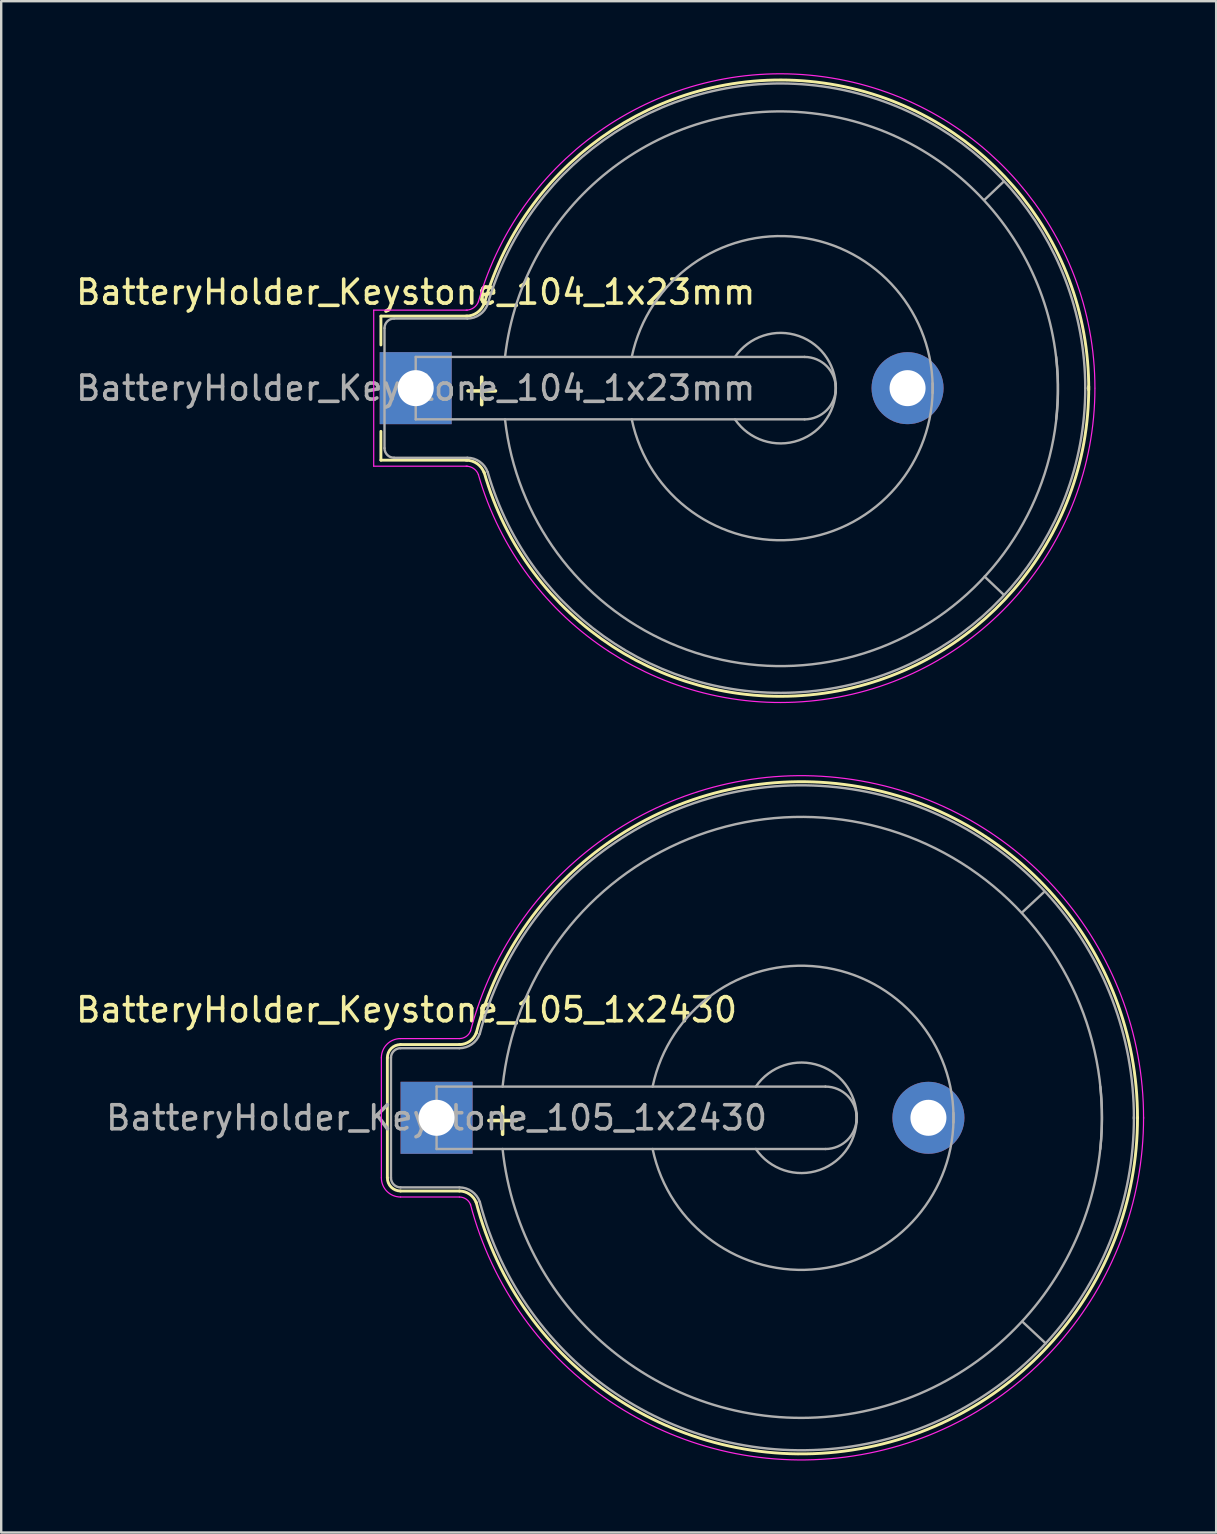
<source format=kicad_pcb>
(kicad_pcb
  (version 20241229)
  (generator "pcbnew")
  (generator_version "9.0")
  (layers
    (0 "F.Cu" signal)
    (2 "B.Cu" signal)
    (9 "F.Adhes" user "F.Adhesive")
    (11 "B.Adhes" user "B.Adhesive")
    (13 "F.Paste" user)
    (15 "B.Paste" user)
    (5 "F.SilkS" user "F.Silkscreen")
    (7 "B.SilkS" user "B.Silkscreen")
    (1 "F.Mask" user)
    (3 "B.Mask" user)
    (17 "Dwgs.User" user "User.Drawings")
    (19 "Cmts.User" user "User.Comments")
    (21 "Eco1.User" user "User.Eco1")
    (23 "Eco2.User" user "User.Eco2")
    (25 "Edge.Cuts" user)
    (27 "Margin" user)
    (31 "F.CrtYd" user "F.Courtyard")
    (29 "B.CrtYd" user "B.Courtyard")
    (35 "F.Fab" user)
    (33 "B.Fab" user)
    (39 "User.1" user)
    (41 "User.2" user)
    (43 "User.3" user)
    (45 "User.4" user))
  (footprint "BatteryHolder_Keystone_105_1x2430"
    (layer "F.Cu")
    (at 15.137 43.516)
    (property "Reference" "BatteryHolder_Keystone_105_1x2430" (at -1.25 -4.5 0) (layer "F.SilkS") (effects (font (size 1 1) (thickness 0.15))))
    (attr through_hole)
    (fp_line (start -2.05 -2.5) (end -2.05 2.5) (stroke (width 0.12) (type solid)) (layer "F.SilkS"))
    (fp_line (start -1.5 3.05) (end 0.95 3.05) (stroke (width 0.12) (type solid)) (layer "F.SilkS"))
    (fp_line (start 0.95 -3.05) (end -1.5 -3.05) (stroke (width 0.12) (type solid)) (layer "F.SilkS"))
    (fp_arc (start -2.05 -2.5) (mid -1.888909 -2.888909) (end -1.5 -3.05) (stroke (width 0.12) (type solid)) (layer "F.SilkS"))
    (fp_arc (start -1.5 3.05) (mid -1.888909 2.888909) (end -2.05 2.5) (stroke (width 0.12) (type solid)) (layer "F.SilkS"))
    (fp_arc (start 0.95 3.05) (mid 1.380182 3.185636) (end 1.654769 3.543485) (stroke (width 0.12) (type solid)) (layer "F.SilkS"))
    (fp_arc (start 1.65 -3.52) (mid 16.981862 -13.885887) (end 29.199738 0.015231) (stroke (width 0.12) (type solid)) (layer "F.SilkS"))
    (fp_arc (start 1.654769 -3.543485) (mid 1.380182 -3.185636) (end 0.95 -3.05) (stroke (width 0.12) (type solid)) (layer "F.SilkS"))
    (fp_arc (start 29.199738 -0.015231) (mid 16.981862 13.885887) (end 1.65 3.52) (stroke (width 0.12) (type solid)) (layer "F.SilkS"))
    (fp_line (start -2.3 -2.5) (end -2.3 2.5) (stroke (width 0.05) (type solid)) (layer "F.CrtYd"))
    (fp_line (start -1.5 3.3) (end 0.95 3.3) (stroke (width 0.05) (type solid)) (layer "F.CrtYd"))
    (fp_line (start 0.95 -3.3) (end -1.5 -3.3) (stroke (width 0.05) (type solid)) (layer "F.CrtYd"))
    (fp_arc (start -2.3 -2.5) (mid -2.065685 -3.065685) (end -1.5 -3.3) (stroke (width 0.05) (type solid)) (layer "F.CrtYd"))
    (fp_arc (start -1.5 3.3) (mid -2.065685 3.065685) (end -2.3 2.5) (stroke (width 0.05) (type solid)) (layer "F.CrtYd"))
    (fp_arc (start 0.95 3.3) (mid 1.236788 3.390424) (end 1.419846 3.62899) (stroke (width 0.05) (type solid)) (layer "F.CrtYd"))
    (fp_arc (start 1.41 -3.6) (mid 17.030934 -14.134065) (end 29.452124 0.032591) (stroke (width 0.05) (type solid)) (layer "F.CrtYd"))
    (fp_arc (start 1.419846 -3.62899) (mid 1.236788 -3.390424) (end 0.95 -3.3) (stroke (width 0.05) (type solid)) (layer "F.CrtYd"))
    (fp_arc (start 29.452124 -0.032591) (mid 17.030934 14.134065) (end 1.41 3.6) (stroke (width 0.05) (type solid)) (layer "F.CrtYd"))
    (fp_line (start -1.9 -2.5) (end -1.9 2.5) (stroke (width 0.1) (type solid)) (layer "F.Fab"))
    (fp_line (start -1.5 2.9) (end 0.95 2.9) (stroke (width 0.1) (type solid)) (layer "F.Fab"))
    (fp_line (start 0 -1.3) (end 0 1.3) (stroke (width 0.1) (type solid)) (layer "F.Fab"))
    (fp_line (start 0 1.3) (end 16.2 1.3) (stroke (width 0.1) (type solid)) (layer "F.Fab"))
    (fp_line (start 0.95 -2.9) (end -1.5 -2.9) (stroke (width 0.1) (type solid)) (layer "F.Fab"))
    (fp_line (start 16.2 -1.3) (end 0 -1.3) (stroke (width 0.1) (type solid)) (layer "F.Fab"))
    (fp_line (start 24.384 -8.547) (end 25.299 -9.399) (stroke (width 0.1) (type solid)) (layer "F.Fab"))
    (fp_line (start 24.409 8.496) (end 25.375 9.398) (stroke (width 0.1) (type solid)) (layer "F.Fab"))
    (fp_arc (start -1.9 -2.5) (mid -1.782843 -2.782843) (end -1.5 -2.9) (stroke (width 0.1) (type solid)) (layer "F.Fab"))
    (fp_arc (start -1.5 2.9) (mid -1.782843 2.782843) (end -1.9 2.5) (stroke (width 0.1) (type solid)) (layer "F.Fab"))
    (fp_arc (start 0.95 2.9) (mid 1.466219 3.062763) (end 1.795723 3.492182) (stroke (width 0.1) (type solid)) (layer "F.Fab"))
    (fp_arc (start 1.795723 -3.492182) (mid 1.466219 -3.062763) (end 0.95 -2.9) (stroke (width 0.1) (type solid)) (layer "F.Fab"))
    (fp_arc (start 1.8 -3.5) (mid 16.980951 -13.734563) (end 29.049508 0.033425) (stroke (width 0.1) (type solid)) (layer "F.Fab"))
    (fp_arc (start 2.75 -1.3) (mid 16.5 -12.45) (end 27.65 1.3) (stroke (width 0.1) (type solid)) (layer "F.Fab"))
    (fp_arc (start 9 -1.3) (mid 15.954687 -6.28971) (end 21.531551 0.203631) (stroke (width 0.1) (type solid)) (layer "F.Fab"))
    (fp_arc (start 13.3 -1.3) (mid 15.963947 -2.171724) (end 17.495448 0.175833) (stroke (width 0.1) (type solid)) (layer "F.Fab"))
    (fp_arc (start 16.2 -1.3) (mid 17.5 0) (end 16.2 1.3) (stroke (width 0.1) (type solid)) (layer "F.Fab"))
    (fp_arc (start 17.495448 -0.175833) (mid 15.963947 2.171724) (end 13.3 1.3) (stroke (width 0.1) (type solid)) (layer "F.Fab"))
    (fp_arc (start 21.531551 -0.203631) (mid 15.954687 6.28971) (end 9 1.3) (stroke (width 0.1) (type solid)) (layer "F.Fab"))
    (fp_arc (start 27.65 -1.3) (mid 16.5 12.45) (end 2.75 1.3) (stroke (width 0.1) (type solid)) (layer "F.Fab"))
    (fp_arc (start 29.049508 -0.033425) (mid 16.980951 13.734562) (end 1.8 3.5) (stroke (width 0.1) (type solid)) (layer "F.Fab"))
    (fp_text user "+" (at 2.75 0 0) (layer "F.SilkS") (effects (font (size 1.5 1.5) (thickness 0.15))))
    (fp_text user "${REFERENCE}" (at 0 0 0) (layer "F.Fab") (effects (font (size 1 1) (thickness 0.15))))
    (pad "1" thru_hole rect (at 0 0) (size 3 3) (drill 1.5) (layers "*.Cu" "*.Mask"))
    (pad "2" thru_hole circle (at 20.49 0) (size 3 3) (drill 1.5) (layers "*.Cu" "*.Mask")))
  (footprint "BatteryHolder_Keystone_104_1x23mm"
    (layer "F.Cu")
    (at 14.268 13.12)
    (property "Reference" "BatteryHolder_Keystone_104_1x23mm" (at 0 -4 0) (layer "F.SilkS") (effects (font (size 1 1) (thickness 0.15))))
    (attr through_hole)
    (fp_line (start -1.45 -3) (end 2.15 -3) (stroke (width 0.12) (type solid)) (layer "F.SilkS"))
    (fp_line (start -1.45 -1.8) (end -1.45 -3) (stroke (width 0.12) (type solid)) (layer "F.SilkS"))
    (fp_line (start -1.45 1.8) (end -1.45 3) (stroke (width 0.12) (type solid)) (layer "F.SilkS"))
    (fp_line (start -1.45 3) (end 2.15 3) (stroke (width 0.12) (type solid)) (layer "F.SilkS"))
    (fp_arc (start 2.1 3) (mid 2.558861 3.144678) (end 2.851754 3.526384) (stroke (width 0.12) (type solid)) (layer "F.SilkS"))
    (fp_arc (start 2.85 -3.5) (mid 17.002622 -12.709172) (end 28.03617 0.072313) (stroke (width 0.12) (type solid)) (layer "F.SilkS"))
    (fp_arc (start 2.851754 -3.526384) (mid 2.558861 -3.144678) (end 2.1 -3) (stroke (width 0.12) (type solid)) (layer "F.SilkS"))
    (fp_arc (start 28.03617 -0.072313) (mid 17.002622 12.709172) (end 2.85 3.5) (stroke (width 0.12) (type solid)) (layer "F.SilkS"))
    (fp_line (start -1.75 -3.25) (end 2.15 -3.25) (stroke (width 0.05) (type solid)) (layer "F.CrtYd"))
    (fp_line (start -1.75 3.25) (end -1.75 -3.25) (stroke (width 0.05) (type solid)) (layer "F.CrtYd"))
    (fp_line (start -1.75 3.25) (end 2.15 3.25) (stroke (width 0.05) (type solid)) (layer "F.CrtYd"))
    (fp_arc (start 2.1 3.25) (mid 2.415467 3.349466) (end 2.616831 3.611889) (stroke (width 0.05) (type solid)) (layer "F.CrtYd"))
    (fp_arc (start 2.61 -3.6) (mid 17.012776 -12.968498) (end 28.294579 -0.009732) (stroke (width 0.05) (type solid)) (layer "F.CrtYd"))
    (fp_arc (start 2.616831 -3.611889) (mid 2.415467 -3.349466) (end 2.1 -3.25) (stroke (width 0.05) (type solid)) (layer "F.CrtYd"))
    (fp_arc (start 28.294579 0.009732) (mid 17.012776 12.968498) (end 2.61 3.6) (stroke (width 0.05) (type solid)) (layer "F.CrtYd"))
    (fp_line (start -1.3 -2.5) (end -1.3 2.5) (stroke (width 0.1) (type solid)) (layer "F.Fab"))
    (fp_line (start -0.9 2.9) (end 2.15 2.9) (stroke (width 0.1) (type solid)) (layer "F.Fab"))
    (fp_line (start 0 -1.3) (end 0 1.3) (stroke (width 0.1) (type solid)) (layer "F.Fab"))
    (fp_line (start 0 1.3) (end 16.2 1.3) (stroke (width 0.1) (type solid)) (layer "F.Fab"))
    (fp_line (start 2.15 -2.9) (end -0.9 -2.9) (stroke (width 0.1) (type solid)) (layer "F.Fab"))
    (fp_line (start 16.2 -1.3) (end 0 -1.3) (stroke (width 0.1) (type solid)) (layer "F.Fab"))
    (fp_line (start 23.7 -7.85) (end 24.5 -8.61) (stroke (width 0.1) (type solid)) (layer "F.Fab"))
    (fp_line (start 23.7 7.85) (end 24.5 8.61) (stroke (width 0.1) (type solid)) (layer "F.Fab"))
    (fp_arc (start -1.3 -2.5) (mid -1.182843 -2.782843) (end -0.9 -2.9) (stroke (width 0.1) (type solid)) (layer "F.Fab"))
    (fp_arc (start -0.9 2.9) (mid -1.182843 2.782843) (end -1.3 2.5) (stroke (width 0.1) (type solid)) (layer "F.Fab"))
    (fp_arc (start 2.15 2.9) (mid 2.666219 3.062763) (end 2.995723 3.492182) (stroke (width 0.1) (type solid)) (layer "F.Fab"))
    (fp_arc (start 2.995723 -3.492182) (mid 2.666219 -3.062763) (end 2.15 -2.9) (stroke (width 0.1) (type solid)) (layer "F.Fab"))
    (fp_arc (start 3 -3.5) (mid 16.968026 -12.568376) (end 27.892123 0.00164) (stroke (width 0.1) (type solid)) (layer "F.Fab"))
    (fp_arc (start 3.72 -1.3) (mid 16.5 -11.48) (end 26.68 1.3) (stroke (width 0.1) (type solid)) (layer "F.Fab"))
    (fp_arc (start 9 -1.3) (mid 15.954687 -6.28971) (end 21.531551 0.203631) (stroke (width 0.1) (type solid)) (layer "F.Fab"))
    (fp_arc (start 13.3 -1.3) (mid 15.963947 -2.171724) (end 17.495448 0.175833) (stroke (width 0.1) (type solid)) (layer "F.Fab"))
    (fp_arc (start 16.2 -1.3) (mid 17.5 0) (end 16.2 1.3) (stroke (width 0.1) (type solid)) (layer "F.Fab"))
    (fp_arc (start 17.495448 -0.175833) (mid 15.963947 2.171724) (end 13.3 1.3) (stroke (width 0.1) (type solid)) (layer "F.Fab"))
    (fp_arc (start 21.531551 -0.203631) (mid 15.954687 6.28971) (end 9 1.3) (stroke (width 0.1) (type solid)) (layer "F.Fab"))
    (fp_arc (start 26.68 -1.3) (mid 16.5 11.48) (end 3.72 1.3) (stroke (width 0.1) (type solid)) (layer "F.Fab"))
    (fp_arc (start 27.892123 -0.00164) (mid 16.968026 12.568376) (end 3 3.5) (stroke (width 0.1) (type solid)) (layer "F.Fab"))
    (fp_text user "+" (at 2.75 0 0) (layer "F.SilkS") (effects (font (size 1.5 1.5) (thickness 0.15))))
    (fp_text user "${REFERENCE}" (at 0 0 0) (layer "F.Fab") (effects (font (size 1 1) (thickness 0.15))))
    (pad "1" thru_hole rect (at 0 0) (size 3 3) (drill 1.5) (layers "*.Cu" "*.Mask"))
    (pad "2" thru_hole circle (at 20.49 0) (size 3 3) (drill 1.5) (layers "*.Cu" "*.Mask")))
  (gr_rect
    (start -3 -3)
    (end 47.614 60.793)
    (stroke (width 0.1) (type default))
    (fill no)
    (layer "Edge.Cuts")))
</source>
